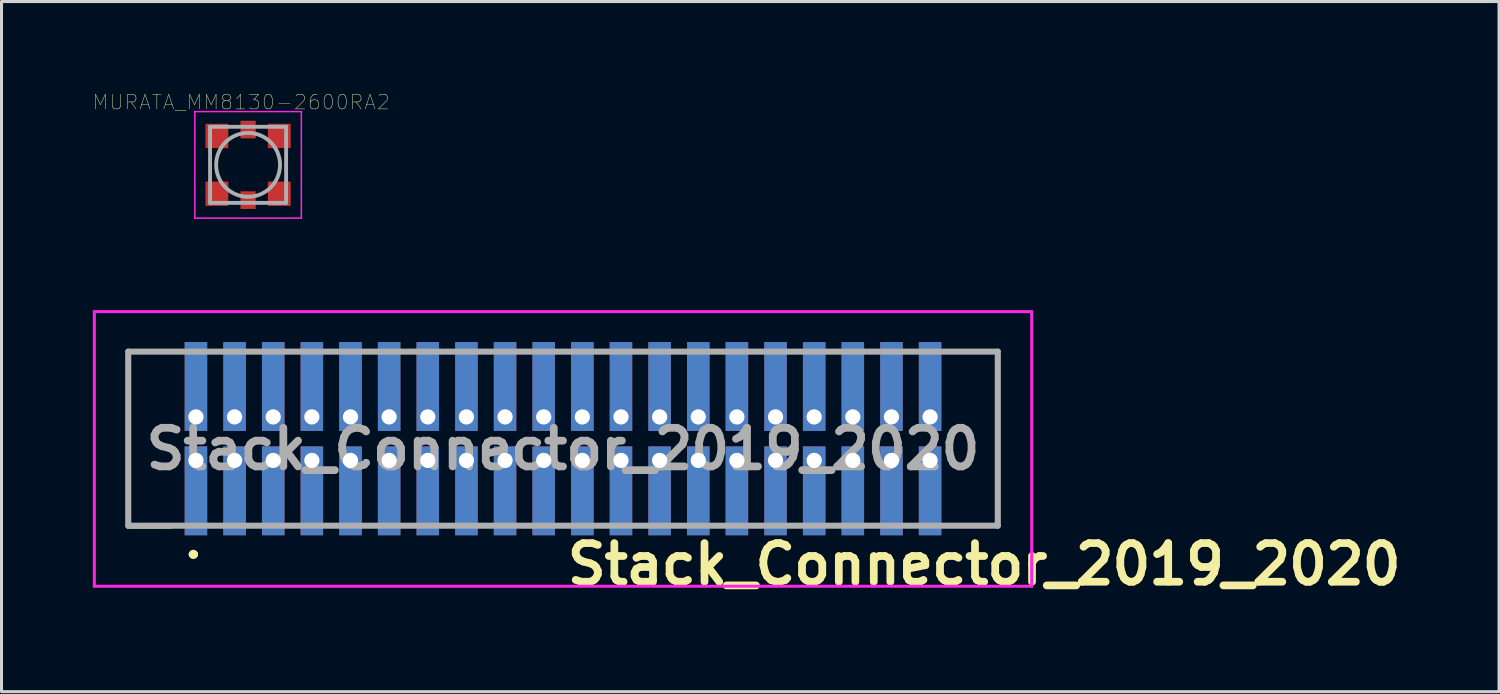
<source format=kicad_pcb>
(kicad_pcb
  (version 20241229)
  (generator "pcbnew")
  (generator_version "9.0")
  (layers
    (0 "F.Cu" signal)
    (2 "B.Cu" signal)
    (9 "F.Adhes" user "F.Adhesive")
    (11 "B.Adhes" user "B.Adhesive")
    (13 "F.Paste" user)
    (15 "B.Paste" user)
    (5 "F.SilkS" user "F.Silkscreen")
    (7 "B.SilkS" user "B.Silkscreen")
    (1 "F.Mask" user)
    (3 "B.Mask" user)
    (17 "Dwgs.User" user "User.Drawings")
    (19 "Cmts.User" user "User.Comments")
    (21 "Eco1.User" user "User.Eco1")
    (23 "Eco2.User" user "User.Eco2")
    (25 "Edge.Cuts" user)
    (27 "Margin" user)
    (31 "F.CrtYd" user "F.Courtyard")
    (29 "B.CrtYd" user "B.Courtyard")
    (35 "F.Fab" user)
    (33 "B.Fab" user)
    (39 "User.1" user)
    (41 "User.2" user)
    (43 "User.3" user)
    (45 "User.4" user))
  (footprint "Stack_Connector_2019_2020"
    (layer "F.Cu")
    (at 15.455 11.368)
    (property "Reference" "Stack_Connector_2019_2020" (at 13.843 4.128 180) (layer "F.SilkS") (effects (font (size 1.27 1.27) (thickness 0.254))))
    (attr through_hole)
    (fp_line (start -14.3 1) (end -14.3 2.9) (stroke (width 0.1) (type solid)) (layer "F.SilkS"))
    (fp_line (start -14.3 2.9) (end -14.3 2.9) (stroke (width 0.1) (type solid)) (layer "F.SilkS"))
    (fp_line (start -14.3 2.9) (end -12.9 2.9) (stroke (width 0.1) (type solid)) (layer "F.SilkS"))
    (fp_line (start -14.29 -2.86) (end -14.29 -2.86) (stroke (width 0.1) (type solid)) (layer "F.SilkS"))
    (fp_line (start -14.29 -2.86) (end -12.8 -2.86) (stroke (width 0.1) (type solid)) (layer "F.SilkS"))
    (fp_line (start -14.29 -2.8) (end -14.29 -2.8) (stroke (width 0.1) (type solid)) (layer "F.SilkS"))
    (fp_line (start -14.29 -2.8) (end -14.29 -1.1) (stroke (width 0.1) (type solid)) (layer "F.SilkS"))
    (fp_line (start -14.29 -1.1) (end -14.29 -2.8) (stroke (width 0.1) (type solid)) (layer "F.SilkS"))
    (fp_line (start -14.29 -1.1) (end -14.29 -1.1) (stroke (width 0.1) (type solid)) (layer "F.SilkS"))
    (fp_line (start -12.9 2.9) (end -14.3 2.9) (stroke (width 0.1) (type solid)) (layer "F.SilkS"))
    (fp_line (start -12.9 2.9) (end -12.9 2.9) (stroke (width 0.1) (type solid)) (layer "F.SilkS"))
    (fp_line (start -12.8 -2.86) (end -14.29 -2.86) (stroke (width 0.1) (type solid)) (layer "F.SilkS"))
    (fp_line (start -12.8 -2.86) (end -12.8 -2.86) (stroke (width 0.1) (type solid)) (layer "F.SilkS"))
    (fp_line (start -12.2 3.8) (end -12.2 3.8) (stroke (width 0.2) (type solid)) (layer "F.SilkS"))
    (fp_line (start -12.2 3.8) (end -12.2 3.8) (stroke (width 0.2) (type solid)) (layer "F.SilkS"))
    (fp_line (start -12.1 3.8) (end -12.1 3.8) (stroke (width 0.2) (type solid)) (layer "F.SilkS"))
    (fp_line (start 12.8 -2.86) (end 12.8 -2.86) (stroke (width 0.1) (type solid)) (layer "F.SilkS"))
    (fp_line (start 12.8 -2.86) (end 14.29 -2.86) (stroke (width 0.1) (type solid)) (layer "F.SilkS"))
    (fp_line (start 12.8 2.86) (end 12.8 2.86) (stroke (width 0.1) (type solid)) (layer "F.SilkS"))
    (fp_line (start 12.8 2.86) (end 14.29 2.86) (stroke (width 0.1) (type solid)) (layer "F.SilkS"))
    (fp_line (start 14.29 -2.86) (end 12.8 -2.86) (stroke (width 0.1) (type solid)) (layer "F.SilkS"))
    (fp_line (start 14.29 -2.86) (end 14.29 -2.86) (stroke (width 0.1) (type solid)) (layer "F.SilkS"))
    (fp_line (start 14.29 0.9) (end 14.29 2.8) (stroke (width 0.1) (type solid)) (layer "F.SilkS"))
    (fp_line (start 14.29 2.8) (end 14.3 2.8) (stroke (width 0.1) (type solid)) (layer "F.SilkS"))
    (fp_line (start 14.29 2.86) (end 12.8 2.86) (stroke (width 0.1) (type solid)) (layer "F.SilkS"))
    (fp_line (start 14.29 2.86) (end 14.29 2.86) (stroke (width 0.1) (type solid)) (layer "F.SilkS"))
    (fp_line (start 14.3 -2.8) (end 14.3 -2.8) (stroke (width 0.1) (type solid)) (layer "F.SilkS"))
    (fp_line (start 14.3 -2.8) (end 14.3 -1.1) (stroke (width 0.1) (type solid)) (layer "F.SilkS"))
    (fp_line (start 14.3 -1.1) (end 14.3 -2.8) (stroke (width 0.1) (type solid)) (layer "F.SilkS"))
    (fp_line (start 14.3 -1.1) (end 14.3 -1.1) (stroke (width 0.1) (type solid)) (layer "F.SilkS"))
    (fp_line (start 14.3 0.9) (end 14.29 0.9) (stroke (width 0.1) (type solid)) (layer "F.SilkS"))
    (fp_line (start 14.3 2.8) (end 14.3 0.9) (stroke (width 0.1) (type solid)) (layer "F.SilkS"))
    (fp_arc (start -12.2 3.8) (mid -12.15 3.75) (end -12.1 3.8) (stroke (width 0.2) (type solid)) (layer "F.SilkS"))
    (fp_arc (start -12.1 3.8) (mid -12.15 3.85) (end -12.2 3.8) (stroke (width 0.2) (type solid)) (layer "F.SilkS"))
    (fp_arc (start -12.1 3.8) (mid -12.15 3.85) (end -12.2 3.8) (stroke (width 0.2) (type solid)) (layer "F.SilkS"))
    (fp_line (start -15.405 -4.175) (end 15.405 -4.175) (stroke (width 0.1) (type solid)) (layer "F.CrtYd"))
    (fp_line (start -15.405 4.85) (end -15.405 -4.175) (stroke (width 0.1) (type solid)) (layer "F.CrtYd"))
    (fp_line (start 15.405 -4.175) (end 15.405 4.85) (stroke (width 0.1) (type solid)) (layer "F.CrtYd"))
    (fp_line (start 15.405 4.85) (end -15.405 4.85) (stroke (width 0.1) (type solid)) (layer "F.CrtYd"))
    (fp_line (start -14.29 -2.86) (end 14.29 -2.86) (stroke (width 0.2) (type solid)) (layer "F.Fab"))
    (fp_line (start -14.29 2.86) (end -14.29 -2.86) (stroke (width 0.2) (type solid)) (layer "F.Fab"))
    (fp_line (start 14.29 -2.86) (end 14.29 2.86) (stroke (width 0.2) (type solid)) (layer "F.Fab"))
    (fp_line (start 14.29 2.86) (end -14.29 2.86) (stroke (width 0.2) (type solid)) (layer "F.Fab"))
    (fp_text user "${REFERENCE}" (at 0 0.338 0) (layer "F.Fab") (effects (font (size 1.27 1.27) (thickness 0.254))))
    (pad "" np_thru_hole circle (at -13.655 0) (size 0.001 0.001) (drill 1.5) (layers "*.Cu" "*.Mask"))
    (pad "" np_thru_hole circle (at 13.655 0) (size 0.001 0.001) (drill 1.5) (layers "*.Cu" "*.Mask"))
    (pad "1" thru_hole rect (at -12.065 0.715) (size 0.74 2.92) (drill 0.5 (offset 0 1)) (layers "*.Cu" "*.Mask"))
    (pad "2" thru_hole rect (at -12.065 -0.715) (size 0.74 2.92) (drill 0.5 (offset 0 -1)) (layers "*.Cu" "*.Mask"))
    (pad "3" thru_hole rect (at -10.795 0.715) (size 0.74 2.92) (drill 0.5 (offset 0 1)) (layers "*.Cu" "*.Mask"))
    (pad "4" thru_hole rect (at -10.795 -0.715) (size 0.74 2.92) (drill 0.5 (offset 0 -1)) (layers "*.Cu" "*.Mask"))
    (pad "5" thru_hole rect (at -9.525 0.715) (size 0.74 2.92) (drill 0.5 (offset 0 1)) (layers "*.Cu" "*.Mask"))
    (pad "6" thru_hole rect (at -9.525 -0.715) (size 0.74 2.92) (drill 0.5 (offset 0 -1)) (layers "*.Cu" "*.Mask"))
    (pad "7" thru_hole rect (at -8.255 0.715) (size 0.74 2.92) (drill 0.5 (offset 0 1)) (layers "*.Cu" "*.Mask"))
    (pad "8" thru_hole rect (at -8.255 -0.715) (size 0.74 2.92) (drill 0.5 (offset 0 -1)) (layers "*.Cu" "*.Mask"))
    (pad "9" thru_hole rect (at -6.985 0.715) (size 0.74 2.92) (drill 0.5 (offset 0 1)) (layers "*.Cu" "*.Mask"))
    (pad "10" thru_hole rect (at -6.985 -0.715) (size 0.74 2.92) (drill 0.5 (offset 0 -1)) (layers "*.Cu" "*.Mask"))
    (pad "11" thru_hole rect (at -5.715 0.715) (size 0.74 2.92) (drill 0.5 (offset 0 1)) (layers "*.Cu" "*.Mask"))
    (pad "12" thru_hole rect (at -5.715 -0.715) (size 0.74 2.92) (drill 0.5 (offset 0 -1)) (layers "*.Cu" "*.Mask"))
    (pad "13" thru_hole rect (at -4.445 0.715) (size 0.74 2.92) (drill 0.5 (offset 0 1)) (layers "*.Cu" "*.Mask"))
    (pad "14" thru_hole rect (at -4.445 -0.715) (size 0.74 2.92) (drill 0.5 (offset 0 -1)) (layers "*.Cu" "*.Mask"))
    (pad "15" thru_hole rect (at -3.175 0.715) (size 0.74 2.92) (drill 0.5 (offset 0 1)) (layers "*.Cu" "*.Mask"))
    (pad "16" thru_hole rect (at -3.175 -0.715) (size 0.74 2.92) (drill 0.5 (offset 0 -1)) (layers "*.Cu" "*.Mask"))
    (pad "17" thru_hole rect (at -1.905 0.715) (size 0.74 2.92) (drill 0.5 (offset 0 1)) (layers "*.Cu" "*.Mask"))
    (pad "18" thru_hole rect (at -1.905 -0.715) (size 0.74 2.92) (drill 0.5 (offset 0 -1)) (layers "*.Cu" "*.Mask"))
    (pad "19" thru_hole rect (at -0.635 0.715) (size 0.74 2.92) (drill 0.5 (offset 0 1)) (layers "*.Cu" "*.Mask"))
    (pad "20" thru_hole rect (at -0.635 -0.715) (size 0.74 2.92) (drill 0.5 (offset 0 -1)) (layers "*.Cu" "*.Mask"))
    (pad "21" thru_hole rect (at 0.635 0.715) (size 0.74 2.92) (drill 0.5 (offset 0 1)) (layers "*.Cu" "*.Mask"))
    (pad "22" thru_hole rect (at 0.635 -0.715) (size 0.74 2.92) (drill 0.5 (offset 0 -1)) (layers "*.Cu" "*.Mask"))
    (pad "23" thru_hole rect (at 1.905 0.715) (size 0.74 2.92) (drill 0.5 (offset 0 1)) (layers "*.Cu" "*.Mask"))
    (pad "24" thru_hole rect (at 1.905 -0.715) (size 0.74 2.92) (drill 0.5 (offset 0 -1)) (layers "*.Cu" "*.Mask"))
    (pad "25" thru_hole rect (at 3.175 0.715) (size 0.74 2.92) (drill 0.5 (offset 0 1)) (layers "*.Cu" "*.Mask"))
    (pad "26" thru_hole rect (at 3.175 -0.715) (size 0.74 2.92) (drill 0.5 (offset 0 -1)) (layers "*.Cu" "*.Mask"))
    (pad "27" thru_hole rect (at 4.445 0.715) (size 0.74 2.92) (drill 0.5 (offset 0 1)) (layers "*.Cu" "*.Mask"))
    (pad "28" thru_hole rect (at 4.445 -0.715) (size 0.74 2.92) (drill 0.5 (offset 0 -1)) (layers "*.Cu" "*.Mask"))
    (pad "29" thru_hole rect (at 5.715 0.715) (size 0.74 2.92) (drill 0.5 (offset 0 1)) (layers "*.Cu" "*.Mask"))
    (pad "30" thru_hole rect (at 5.715 -0.715) (size 0.74 2.92) (drill 0.5 (offset 0 -1)) (layers "*.Cu" "*.Mask"))
    (pad "31" thru_hole rect (at 6.985 0.715) (size 0.74 2.92) (drill 0.5 (offset 0 1)) (layers "*.Cu" "*.Mask"))
    (pad "32" thru_hole rect (at 6.985 -0.715) (size 0.74 2.92) (drill 0.5 (offset 0 -1)) (layers "*.Cu" "*.Mask"))
    (pad "33" thru_hole rect (at 8.255 0.715) (size 0.74 2.92) (drill 0.5 (offset 0 1)) (layers "*.Cu" "*.Mask"))
    (pad "34" thru_hole rect (at 8.255 -0.715) (size 0.74 2.92) (drill 0.5 (offset 0 -1)) (layers "*.Cu" "*.Mask"))
    (pad "35" thru_hole rect (at 9.525 0.715) (size 0.74 2.92) (drill 0.5 (offset 0 1)) (layers "*.Cu" "*.Mask"))
    (pad "36" thru_hole rect (at 9.525 -0.715) (size 0.74 2.92) (drill 0.5 (offset 0 -1)) (layers "*.Cu" "*.Mask"))
    (pad "37" thru_hole rect (at 10.795 0.715) (size 0.74 2.92) (drill 0.5 (offset 0 1)) (layers "*.Cu" "*.Mask"))
    (pad "38" thru_hole rect (at 10.795 -0.715) (size 0.74 2.92) (drill 0.5 (offset 0 -1)) (layers "*.Cu" "*.Mask"))
    (pad "39" thru_hole rect (at 12.065 0.715) (size 0.74 2.92) (drill 0.5 (offset 0 1)) (layers "*.Cu" "*.Mask"))
    (pad "40" thru_hole rect (at 12.065 -0.715) (size 0.74 2.92) (drill 0.5 (offset 0 -1)) (layers "*.Cu" "*.Mask")))
  (footprint "MURATA_MM8130-2600RA2"
    (layer "F.Cu")
    (at 5.104 2.368)
    (property "Reference" "MURATA_MM8130-2600RA2" (at -0.227 -2.06 0) (layer "F.SilkS") (effects (font (size 0.481 0.481) (thickness 0.015))))
    (attr through_hole)
    (fp_poly (pts (xy -1.403 -1.35) (xy -0.65 -1.35) (xy -0.65 -0.551) (xy -1.403 -0.551)) (stroke (width 0.01) (type solid)) (fill yes) (layer "F.Mask"))
    (fp_poly (pts (xy -1.403 0.55) (xy -0.65 0.55) (xy -0.65 1.352) (xy -1.403 1.352)) (stroke (width 0.01) (type solid)) (fill yes) (layer "F.Mask"))
    (fp_poly (pts (xy -0.251 -1.45) (xy 0.25 -1.45) (xy 0.25 -0.872) (xy -0.251 -0.872)) (stroke (width 0.01) (type solid)) (fill yes) (layer "F.Mask"))
    (fp_poly (pts (xy -0.25 0.87) (xy 0.25 0.87) (xy 0.25 1.452) (xy -0.25 1.452)) (stroke (width 0.01) (type solid)) (fill yes) (layer "F.Mask"))
    (fp_poly (pts (xy 0.651 0.55) (xy 1.4 0.55) (xy 1.4 1.352) (xy 0.651 1.352)) (stroke (width 0.01) (type solid)) (fill yes) (layer "F.Mask"))
    (fp_poly (pts (xy 0.651 -1.35) (xy 1.4 -1.35) (xy 1.4 -0.551) (xy 0.651 -0.551)) (stroke (width 0.01) (type solid)) (fill yes) (layer "F.Mask"))
    (fp_poly (pts (xy -1.242 0.55) (xy -0.65 0.55) (xy -0.65 1.352) (xy -1.242 1.352)) (stroke (width 0.01) (type solid)) (fill yes) (layer "F.Paste"))
    (fp_poly (pts (xy -1.241 -1.35) (xy -0.65 -1.35) (xy -0.65 -0.55) (xy -1.241 -0.55)) (stroke (width 0.01) (type solid)) (fill yes) (layer "F.Paste"))
    (fp_poly (pts (xy -0.14 -1.35) (xy 0.14 -1.35) (xy 0.14 -1.073) (xy -0.14 -1.073)) (stroke (width 0.01) (type solid)) (fill yes) (layer "F.Paste"))
    (fp_poly (pts (xy -0.14 1.07) (xy 0.14 1.07) (xy 0.14 1.353) (xy -0.14 1.353)) (stroke (width 0.01) (type solid)) (fill yes) (layer "F.Paste"))
    (fp_poly (pts (xy 0.651 -1.35) (xy 1.24 -1.35) (xy 1.24 -0.551) (xy 0.651 -0.551)) (stroke (width 0.01) (type solid)) (fill yes) (layer "F.Paste"))
    (fp_poly (pts (xy 0.652 0.55) (xy 1.24 0.55) (xy 1.24 1.354) (xy 0.652 1.354)) (stroke (width 0.01) (type solid)) (fill yes) (layer "F.Paste"))
    (fp_line (start -1.75 -1.75) (end 1.75 -1.75) (stroke (width 0.05) (type solid)) (layer "F.CrtYd"))
    (fp_line (start -1.75 1.75) (end -1.75 -1.75) (stroke (width 0.05) (type solid)) (layer "F.CrtYd"))
    (fp_line (start 1.75 -1.75) (end 1.75 1.75) (stroke (width 0.05) (type solid)) (layer "F.CrtYd"))
    (fp_line (start 1.75 1.75) (end -1.75 1.75) (stroke (width 0.05) (type solid)) (layer "F.CrtYd"))
    (fp_line (start -1.25 -1.25) (end 1.25 -1.25) (stroke (width 0.127) (type solid)) (layer "F.Fab"))
    (fp_line (start -1.25 1.25) (end -1.25 -1.25) (stroke (width 0.127) (type solid)) (layer "F.Fab"))
    (fp_line (start 1.25 -1.25) (end 1.25 1.25) (stroke (width 0.127) (type solid)) (layer "F.Fab"))
    (fp_line (start 1.25 1.25) (end -1.25 1.25) (stroke (width 0.127) (type solid)) (layer "F.Fab"))
    (fp_circle (center 0 0) (end 1.05 0) (stroke (width 0.127) (type solid)) (fill no) (layer "F.Fab"))
    (pad "GND1" smd rect (at -1.025 -0.95) (size 0.75 0.8) (layers "F.Cu"))
    (pad "GND2" smd rect (at 1.025 -0.95) (size 0.75 0.8) (layers "F.Cu"))
    (pad "GND3" smd rect (at -1.025 0.95) (size 0.75 0.8) (layers "F.Cu"))
    (pad "GND4" smd rect (at 1.025 0.95) (size 0.75 0.8) (layers "F.Cu"))
    (pad "IN" smd rect (at 0 -1.16) (size 0.5 0.58) (layers "F.Cu"))
    (pad "OUT" smd rect (at 0 1.16) (size 0.5 0.58) (layers "F.Cu")))
  (gr_rect
    (start -3 -3)
    (end 46.22 19.684)
    (stroke (width 0.1) (type default))
    (fill no)
    (layer "Edge.Cuts")))
</source>
